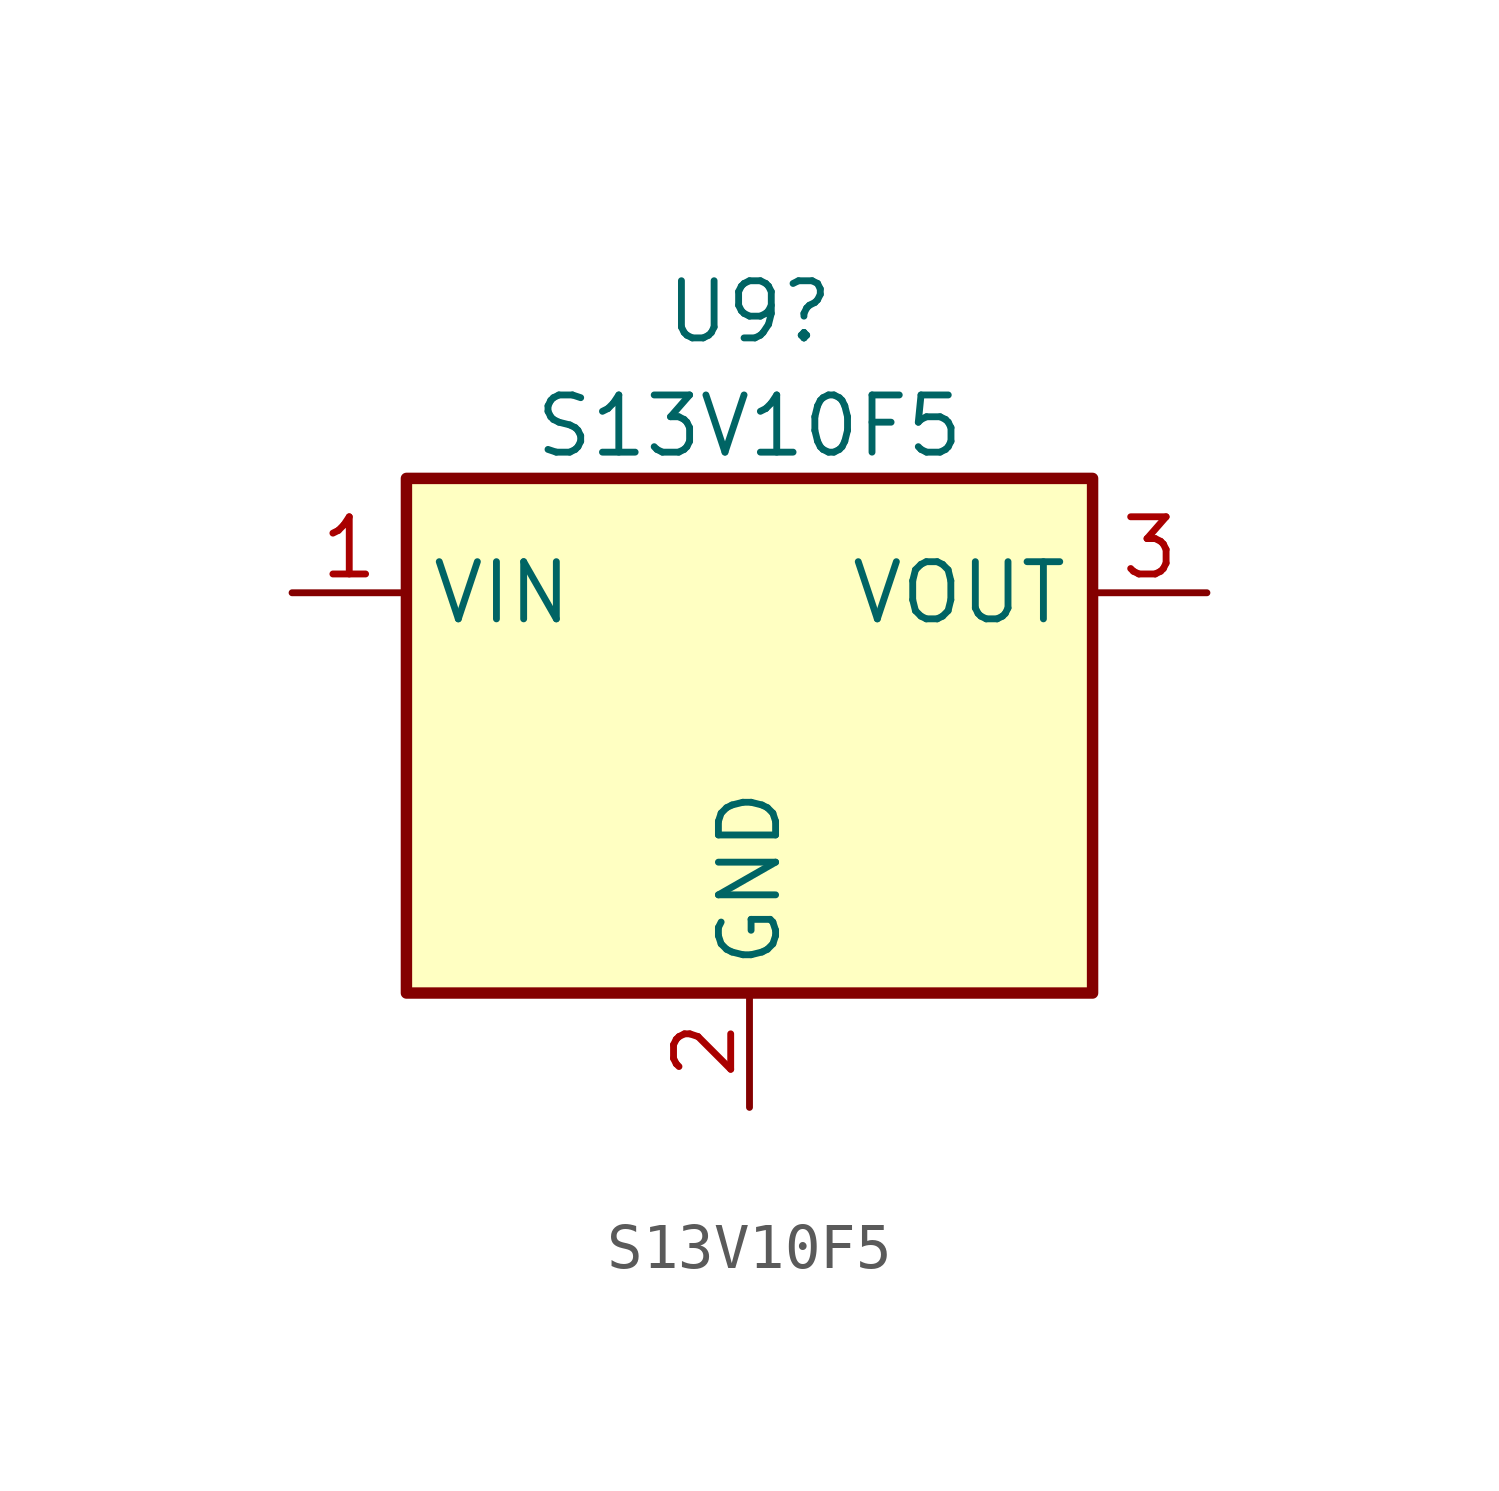
<source format=kicad_sym>
(kicad_symbol_lib
  (version 20211014)
  (generator kicad_symbol_editor)
  (symbol "S13V10F5"
    (property "Reference" "U9"
      (at 0 6.24 0)
      (effects (font (size 1.27 1.27))))
    (property "Value" "S13V10F5"
      (at 0 3.703 0)
      (effects (font (size 1.27 1.27))))
    (symbol "S13V10F5_0_1"
      (rectangle (start -7.62 2.54) (end 7.62 -8.89) (stroke (width 0.254) (type default) (color 0 0 0 0)) (fill (type background))))
    (symbol "S13V10F5_1_1"
      (pin power_in line (at -10.16 0 0) (length 2.54) (name "VIN" (effects (font (size 1.27 1.27)))) (number "1" (effects (font (size 1.27 1.27)))))
      (pin power_in line (at 0 -11.43 90) (length 2.54) (name "GND" (effects (font (size 1.27 1.27)))) (number "2" (effects (font (size 1.27 1.27)))))
      (pin power_out line (at 10.16 0 180) (length 2.54) (name "VOUT" (effects (font (size 1.27 1.27)))) (number "3" (effects (font (size 1.27 1.27))))))))
</source>
